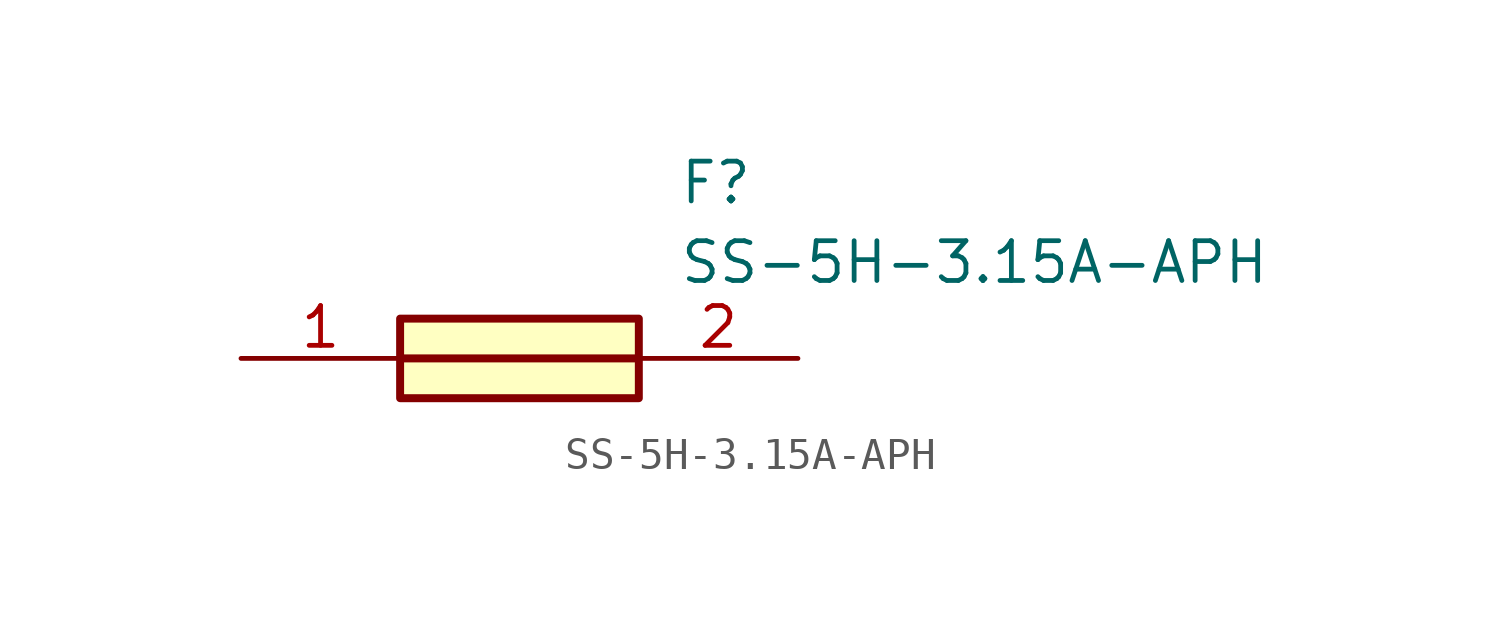
<source format=kicad_sym>
(kicad_symbol_lib
  (version 20211014)
  (generator SamacSys_ECAD_Model)
  (symbol "SS-5H-3.15A-APH"
    (pin_names hide)
    (property "Reference" "F"
      (at 13.97 6.35 0)
      (effects (font (size 1.27 1.27)) (justify left top)))
    (property "Value" "SS-5H-3.15A-APH"
      (at 13.97 3.81 0)
      (effects (font (size 1.27 1.27)) (justify left top)))
    (rectangle
      (start 5.08 1.27)
      (end 12.7 -1.27)
      (stroke (width 0.254) (type default))
      (fill (type background)))
    (polyline
      (pts (xy 5.08 0) (xy 12.7 0))
      (stroke (width 0.254) (type default))
      (fill (type none)))
    (pin passive line
      (at 0 0 0)
      (length 5.08)
      (name "1" (effects (font (size 1.27 1.27))))
      (number "1" (effects (font (size 1.27 1.27)))))
    (pin passive line
      (at 17.78 0 180)
      (length 5.08)
      (name "2" (effects (font (size 1.27 1.27))))
      (number "2" (effects (font (size 1.27 1.27)))))))
</source>
